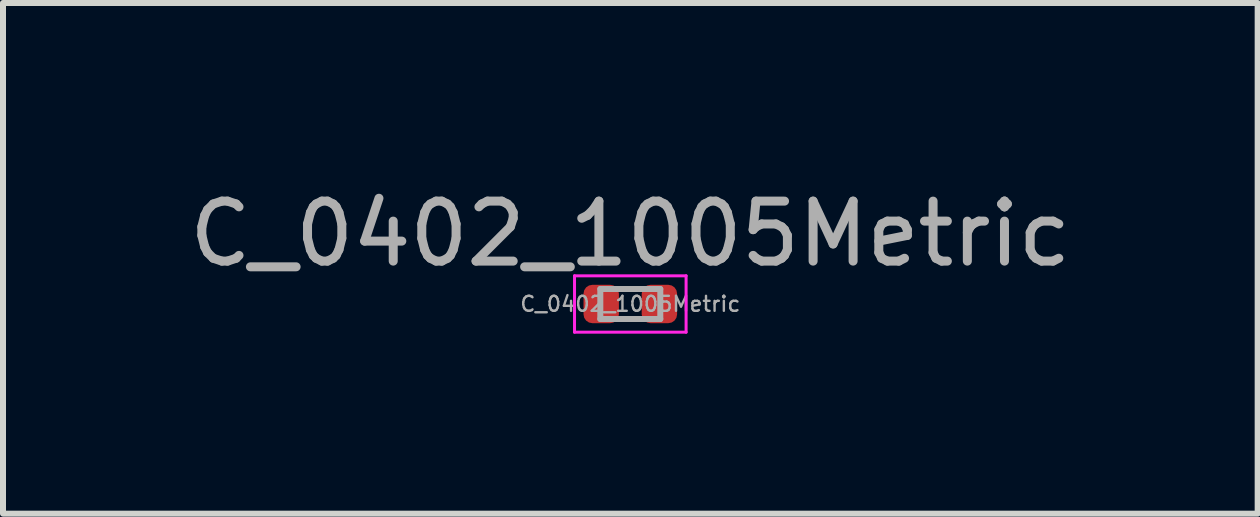
<source format=kicad_pcb>
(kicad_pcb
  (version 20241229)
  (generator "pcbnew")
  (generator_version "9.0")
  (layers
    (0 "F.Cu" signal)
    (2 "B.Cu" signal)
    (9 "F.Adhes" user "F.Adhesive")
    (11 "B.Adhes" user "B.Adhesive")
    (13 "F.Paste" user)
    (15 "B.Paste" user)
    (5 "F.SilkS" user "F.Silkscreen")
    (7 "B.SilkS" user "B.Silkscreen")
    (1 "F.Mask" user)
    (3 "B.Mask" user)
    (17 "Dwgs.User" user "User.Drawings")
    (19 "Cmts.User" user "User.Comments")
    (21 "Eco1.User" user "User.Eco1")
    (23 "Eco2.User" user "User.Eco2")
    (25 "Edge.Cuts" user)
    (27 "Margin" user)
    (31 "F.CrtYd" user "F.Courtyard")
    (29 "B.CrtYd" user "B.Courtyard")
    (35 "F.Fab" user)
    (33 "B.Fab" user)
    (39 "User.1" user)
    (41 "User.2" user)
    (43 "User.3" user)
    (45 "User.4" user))
  (footprint "C_0402_1005Metric"
    (layer "F.Cu")
    (at 7.458 2.018)
    (property "Reference" "C_0402_1005Metric" (at 0 -1.17 0) (layer "F.Fab") (effects (font (size 1 1) (thickness 0.15))))
    (attr smd)
    (fp_line (start -0.93 -0.47) (end 0.93 -0.47) (stroke (width 0.05) (type solid)) (layer "F.CrtYd"))
    (fp_line (start -0.93 0.47) (end -0.93 -0.47) (stroke (width 0.05) (type solid)) (layer "F.CrtYd"))
    (fp_line (start 0.93 -0.47) (end 0.93 0.47) (stroke (width 0.05) (type solid)) (layer "F.CrtYd"))
    (fp_line (start 0.93 0.47) (end -0.93 0.47) (stroke (width 0.05) (type solid)) (layer "F.CrtYd"))
    (fp_line (start -0.5 -0.25) (end 0.5 -0.25) (stroke (width 0.1) (type solid)) (layer "F.Fab"))
    (fp_line (start -0.5 0.25) (end -0.5 -0.25) (stroke (width 0.1) (type solid)) (layer "F.Fab"))
    (fp_line (start 0.5 -0.25) (end 0.5 0.25) (stroke (width 0.1) (type solid)) (layer "F.Fab"))
    (fp_line (start 0.5 0.25) (end -0.5 0.25) (stroke (width 0.1) (type solid)) (layer "F.Fab"))
    (fp_text user "${REFERENCE}" (at 0 0 0) (layer "F.Fab") (effects (font (size 0.25 0.25) (thickness 0.04))))
    (pad "1" smd roundrect (at -0.485 0) (size 0.59 0.64) (layers "F.Cu" "F.Mask" "F.Paste") (roundrect_rratio 0.25))
    (pad "2" smd roundrect (at 0.485 0) (size 0.59 0.64) (layers "F.Cu" "F.Mask" "F.Paste") (roundrect_rratio 0.25)))
  (gr_rect
    (start -3 -3)
    (end 17.917 5.513)
    (stroke (width 0.1) (type default))
    (fill no)
    (layer "Edge.Cuts")))
</source>
